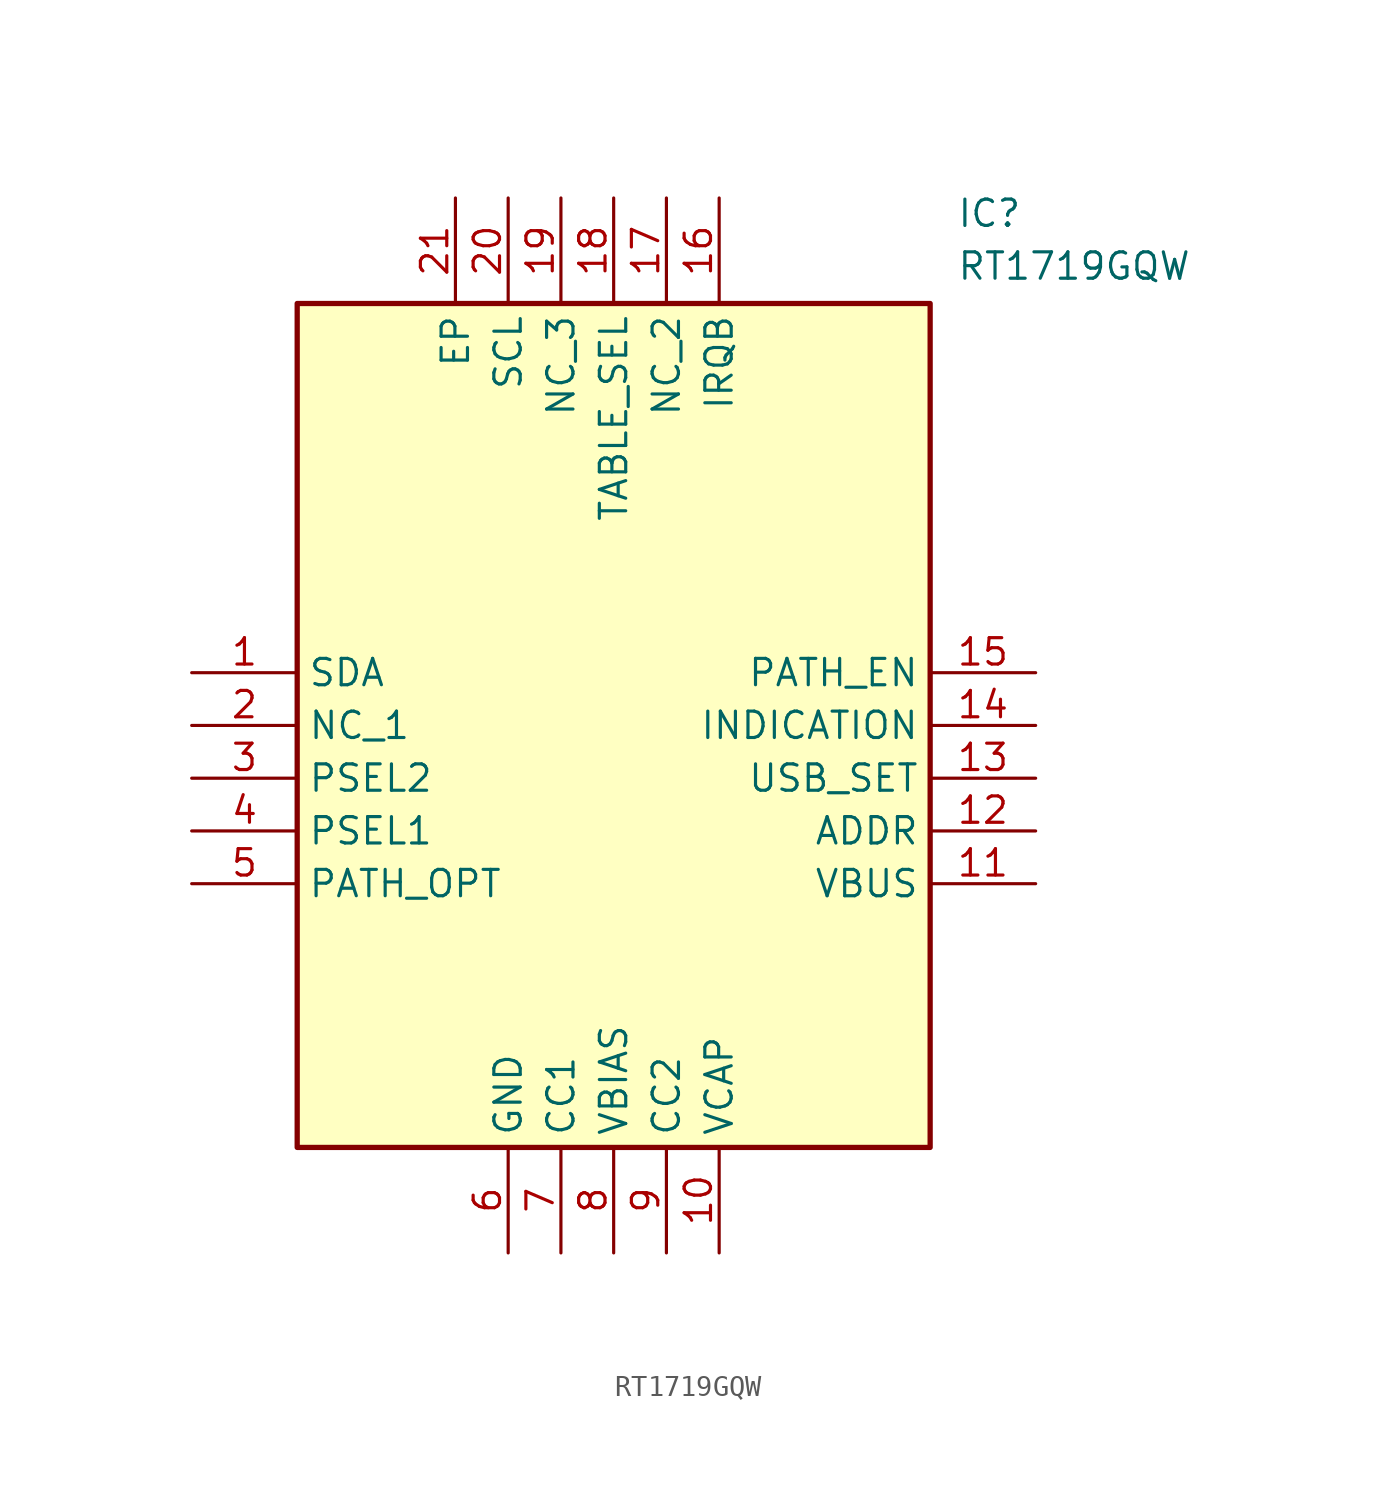
<source format=kicad_sym>
(kicad_symbol_lib
  (version 20241209)
  (generator "kicad_symbol_editor")
  (generator_version "9.0")
  (symbol "RT1719GQW"
    (property "Reference" "IC"
      (at 36.83 22.86 0)
      (effects (font (size 1.27 1.27)) (justify left top)))
    (property "Value" "RT1719GQW"
      (at 36.83 20.32 0)
      (effects (font (size 1.27 1.27)) (justify left top)))
    (symbol "RT1719GQW_1_1"
      (rectangle (start 5.08 17.78) (end 35.56 -22.86) (stroke (width 0.254) (type default)) (fill (type background)))
      (pin passive line (at 0 0 0) (length 5.08) (name "SDA" (effects (font (size 1.27 1.27)))) (number "1" (effects (font (size 1.27 1.27)))))
      (pin passive line (at 0 -2.54 0) (length 5.08) (name "NC_1" (effects (font (size 1.27 1.27)))) (number "2" (effects (font (size 1.27 1.27)))))
      (pin passive line (at 0 -5.08 0) (length 5.08) (name "PSEL2" (effects (font (size 1.27 1.27)))) (number "3" (effects (font (size 1.27 1.27)))))
      (pin passive line (at 0 -7.62 0) (length 5.08) (name "PSEL1" (effects (font (size 1.27 1.27)))) (number "4" (effects (font (size 1.27 1.27)))))
      (pin passive line (at 0 -10.16 0) (length 5.08) (name "PATH_OPT" (effects (font (size 1.27 1.27)))) (number "5" (effects (font (size 1.27 1.27)))))
      (pin passive line (at 12.7 22.86 270) (length 5.08) (name "EP" (effects (font (size 1.27 1.27)))) (number "21" (effects (font (size 1.27 1.27)))))
      (pin passive line (at 15.24 22.86 270) (length 5.08) (name "SCL" (effects (font (size 1.27 1.27)))) (number "20" (effects (font (size 1.27 1.27)))))
      (pin passive line (at 15.24 -27.94 90) (length 5.08) (name "GND" (effects (font (size 1.27 1.27)))) (number "6" (effects (font (size 1.27 1.27)))))
      (pin passive line (at 17.78 22.86 270) (length 5.08) (name "NC_3" (effects (font (size 1.27 1.27)))) (number "19" (effects (font (size 1.27 1.27)))))
      (pin passive line (at 17.78 -27.94 90) (length 5.08) (name "CC1" (effects (font (size 1.27 1.27)))) (number "7" (effects (font (size 1.27 1.27)))))
      (pin passive line (at 20.32 22.86 270) (length 5.08) (name "TABLE_SEL" (effects (font (size 1.27 1.27)))) (number "18" (effects (font (size 1.27 1.27)))))
      (pin passive line (at 20.32 -27.94 90) (length 5.08) (name "VBIAS" (effects (font (size 1.27 1.27)))) (number "8" (effects (font (size 1.27 1.27)))))
      (pin passive line (at 22.86 22.86 270) (length 5.08) (name "NC_2" (effects (font (size 1.27 1.27)))) (number "17" (effects (font (size 1.27 1.27)))))
      (pin passive line (at 22.86 -27.94 90) (length 5.08) (name "CC2" (effects (font (size 1.27 1.27)))) (number "9" (effects (font (size 1.27 1.27)))))
      (pin passive line (at 25.4 22.86 270) (length 5.08) (name "IRQB" (effects (font (size 1.27 1.27)))) (number "16" (effects (font (size 1.27 1.27)))))
      (pin passive line (at 25.4 -27.94 90) (length 5.08) (name "VCAP" (effects (font (size 1.27 1.27)))) (number "10" (effects (font (size 1.27 1.27)))))
      (pin passive line (at 40.64 0 180) (length 5.08) (name "PATH_EN" (effects (font (size 1.27 1.27)))) (number "15" (effects (font (size 1.27 1.27)))))
      (pin passive line (at 40.64 -2.54 180) (length 5.08) (name "INDICATION" (effects (font (size 1.27 1.27)))) (number "14" (effects (font (size 1.27 1.27)))))
      (pin passive line (at 40.64 -5.08 180) (length 5.08) (name "USB_SET" (effects (font (size 1.27 1.27)))) (number "13" (effects (font (size 1.27 1.27)))))
      (pin passive line (at 40.64 -7.62 180) (length 5.08) (name "ADDR" (effects (font (size 1.27 1.27)))) (number "12" (effects (font (size 1.27 1.27)))))
      (pin passive line (at 40.64 -10.16 180) (length 5.08) (name "VBUS" (effects (font (size 1.27 1.27)))) (number "11" (effects (font (size 1.27 1.27))))))))
</source>
